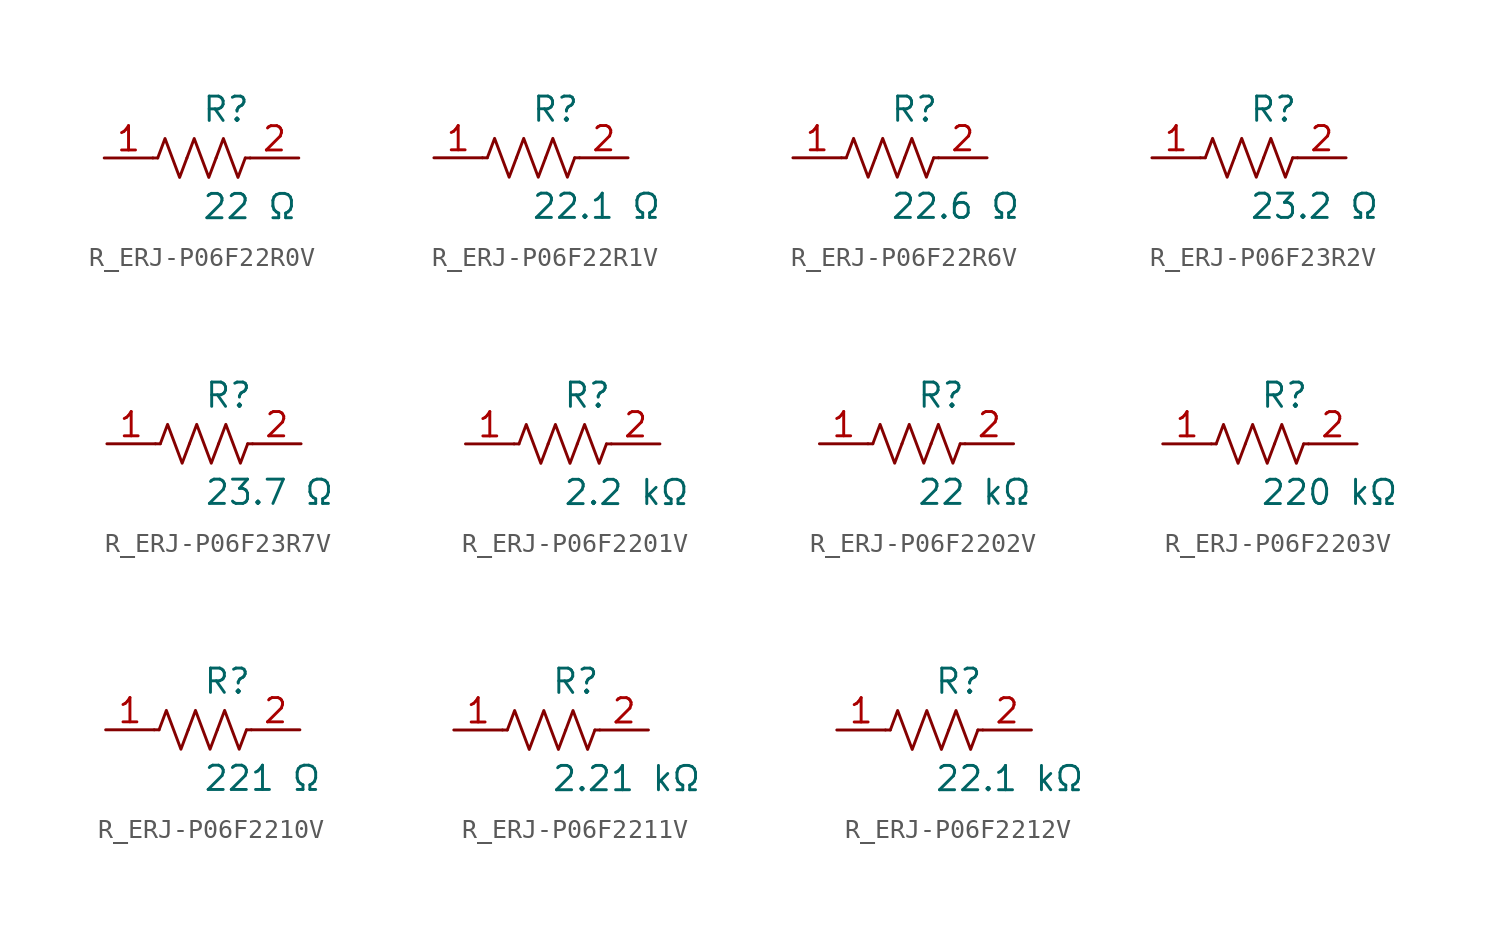
<source format=kicad_sym>
(kicad_symbol_lib
  (version 20231120)
  (generator kicad_symbol_editor)
  (generator_version 8.0)
  (symbol "R_ERJ-P06F22R0V"
    (pin_names
      (offset 0.254))
    (property "Reference" "R"
      (at 0.0 2.54 0)
      (effects (font (size 1.27 1.27)) (justify left)))
    (property "Value" "22 Ω"
      (at 0.0 -2.54 0)
      (effects (font (size 1.27 1.27)) (justify left)))
    (symbol "R_ERJ-P06F22R0V_0_1"
      (polyline (pts (xy 2.286 0) (xy 2.54 0)) (stroke (width 0) (type default)) (fill (type none)))
      (polyline (pts (xy -2.286 0) (xy -2.54 0)) (stroke (width 0) (type default)) (fill (type none)))
      (polyline (pts (xy 0.762 0) (xy 1.143 1.016) (xy 1.524 0) (xy 1.905 -1.016) (xy 2.286 0)) (stroke (width 0) (type default)) (fill (type none)))
      (polyline (pts (xy -0.762 0) (xy -0.381 1.016) (xy 0 0) (xy 0.381 -1.016) (xy 0.762 0)) (stroke (width 0) (type default)) (fill (type none)))
      (polyline (pts (xy -2.286 0) (xy -1.905 1.016) (xy -1.524 0) (xy -1.143 -1.016) (xy -0.762 0)) (stroke (width 0) (type default)) (fill (type none))))
    (pin unspecified line
      (at -5.08 0 0)
      (length 2.54)
      (name "" (effects (font (size 1.27 1.27))))
      (number "1" (effects (font (size 1.27 1.27)))))
    (pin unspecified line
      (at 5.08 0 180)
      (length 2.54)
      (name "" (effects (font (size 1.27 1.27))))
      (number "2" (effects (font (size 1.27 1.27))))))
  (symbol "R_ERJ-P06F22R1V"
    (pin_names
      (offset 0.254))
    (property "Reference" "R"
      (at 0.0 2.54 0)
      (effects (font (size 1.27 1.27)) (justify left)))
    (property "Value" "22.1 Ω"
      (at 0.0 -2.54 0)
      (effects (font (size 1.27 1.27)) (justify left)))
    (symbol "R_ERJ-P06F22R1V_0_1"
      (polyline (pts (xy 2.286 0) (xy 2.54 0)) (stroke (width 0) (type default)) (fill (type none)))
      (polyline (pts (xy -2.286 0) (xy -2.54 0)) (stroke (width 0) (type default)) (fill (type none)))
      (polyline (pts (xy 0.762 0) (xy 1.143 1.016) (xy 1.524 0) (xy 1.905 -1.016) (xy 2.286 0)) (stroke (width 0) (type default)) (fill (type none)))
      (polyline (pts (xy -0.762 0) (xy -0.381 1.016) (xy 0 0) (xy 0.381 -1.016) (xy 0.762 0)) (stroke (width 0) (type default)) (fill (type none)))
      (polyline (pts (xy -2.286 0) (xy -1.905 1.016) (xy -1.524 0) (xy -1.143 -1.016) (xy -0.762 0)) (stroke (width 0) (type default)) (fill (type none))))
    (pin unspecified line
      (at -5.08 0 0)
      (length 2.54)
      (name "" (effects (font (size 1.27 1.27))))
      (number "1" (effects (font (size 1.27 1.27)))))
    (pin unspecified line
      (at 5.08 0 180)
      (length 2.54)
      (name "" (effects (font (size 1.27 1.27))))
      (number "2" (effects (font (size 1.27 1.27))))))
  (symbol "R_ERJ-P06F22R6V"
    (pin_names
      (offset 0.254))
    (property "Reference" "R"
      (at 0.0 2.54 0)
      (effects (font (size 1.27 1.27)) (justify left)))
    (property "Value" "22.6 Ω"
      (at 0.0 -2.54 0)
      (effects (font (size 1.27 1.27)) (justify left)))
    (symbol "R_ERJ-P06F22R6V_0_1"
      (polyline (pts (xy 2.286 0) (xy 2.54 0)) (stroke (width 0) (type default)) (fill (type none)))
      (polyline (pts (xy -2.286 0) (xy -2.54 0)) (stroke (width 0) (type default)) (fill (type none)))
      (polyline (pts (xy 0.762 0) (xy 1.143 1.016) (xy 1.524 0) (xy 1.905 -1.016) (xy 2.286 0)) (stroke (width 0) (type default)) (fill (type none)))
      (polyline (pts (xy -0.762 0) (xy -0.381 1.016) (xy 0 0) (xy 0.381 -1.016) (xy 0.762 0)) (stroke (width 0) (type default)) (fill (type none)))
      (polyline (pts (xy -2.286 0) (xy -1.905 1.016) (xy -1.524 0) (xy -1.143 -1.016) (xy -0.762 0)) (stroke (width 0) (type default)) (fill (type none))))
    (pin unspecified line
      (at -5.08 0 0)
      (length 2.54)
      (name "" (effects (font (size 1.27 1.27))))
      (number "1" (effects (font (size 1.27 1.27)))))
    (pin unspecified line
      (at 5.08 0 180)
      (length 2.54)
      (name "" (effects (font (size 1.27 1.27))))
      (number "2" (effects (font (size 1.27 1.27))))))
  (symbol "R_ERJ-P06F23R2V"
    (pin_names
      (offset 0.254))
    (property "Reference" "R"
      (at 0.0 2.54 0)
      (effects (font (size 1.27 1.27)) (justify left)))
    (property "Value" "23.2 Ω"
      (at 0.0 -2.54 0)
      (effects (font (size 1.27 1.27)) (justify left)))
    (symbol "R_ERJ-P06F23R2V_0_1"
      (polyline (pts (xy 2.286 0) (xy 2.54 0)) (stroke (width 0) (type default)) (fill (type none)))
      (polyline (pts (xy -2.286 0) (xy -2.54 0)) (stroke (width 0) (type default)) (fill (type none)))
      (polyline (pts (xy 0.762 0) (xy 1.143 1.016) (xy 1.524 0) (xy 1.905 -1.016) (xy 2.286 0)) (stroke (width 0) (type default)) (fill (type none)))
      (polyline (pts (xy -0.762 0) (xy -0.381 1.016) (xy 0 0) (xy 0.381 -1.016) (xy 0.762 0)) (stroke (width 0) (type default)) (fill (type none)))
      (polyline (pts (xy -2.286 0) (xy -1.905 1.016) (xy -1.524 0) (xy -1.143 -1.016) (xy -0.762 0)) (stroke (width 0) (type default)) (fill (type none))))
    (pin unspecified line
      (at -5.08 0 0)
      (length 2.54)
      (name "" (effects (font (size 1.27 1.27))))
      (number "1" (effects (font (size 1.27 1.27)))))
    (pin unspecified line
      (at 5.08 0 180)
      (length 2.54)
      (name "" (effects (font (size 1.27 1.27))))
      (number "2" (effects (font (size 1.27 1.27))))))
  (symbol "R_ERJ-P06F23R7V"
    (pin_names
      (offset 0.254))
    (property "Reference" "R"
      (at 0.0 2.54 0)
      (effects (font (size 1.27 1.27)) (justify left)))
    (property "Value" "23.7 Ω"
      (at 0.0 -2.54 0)
      (effects (font (size 1.27 1.27)) (justify left)))
    (symbol "R_ERJ-P06F23R7V_0_1"
      (polyline (pts (xy 2.286 0) (xy 2.54 0)) (stroke (width 0) (type default)) (fill (type none)))
      (polyline (pts (xy -2.286 0) (xy -2.54 0)) (stroke (width 0) (type default)) (fill (type none)))
      (polyline (pts (xy 0.762 0) (xy 1.143 1.016) (xy 1.524 0) (xy 1.905 -1.016) (xy 2.286 0)) (stroke (width 0) (type default)) (fill (type none)))
      (polyline (pts (xy -0.762 0) (xy -0.381 1.016) (xy 0 0) (xy 0.381 -1.016) (xy 0.762 0)) (stroke (width 0) (type default)) (fill (type none)))
      (polyline (pts (xy -2.286 0) (xy -1.905 1.016) (xy -1.524 0) (xy -1.143 -1.016) (xy -0.762 0)) (stroke (width 0) (type default)) (fill (type none))))
    (pin unspecified line
      (at -5.08 0 0)
      (length 2.54)
      (name "" (effects (font (size 1.27 1.27))))
      (number "1" (effects (font (size 1.27 1.27)))))
    (pin unspecified line
      (at 5.08 0 180)
      (length 2.54)
      (name "" (effects (font (size 1.27 1.27))))
      (number "2" (effects (font (size 1.27 1.27))))))
  (symbol "R_ERJ-P06F2201V"
    (pin_names
      (offset 0.254))
    (property "Reference" "R"
      (at 0.0 2.54 0)
      (effects (font (size 1.27 1.27)) (justify left)))
    (property "Value" "2.2 kΩ"
      (at 0.0 -2.54 0)
      (effects (font (size 1.27 1.27)) (justify left)))
    (symbol "R_ERJ-P06F2201V_0_1"
      (polyline (pts (xy 2.286 0) (xy 2.54 0)) (stroke (width 0) (type default)) (fill (type none)))
      (polyline (pts (xy -2.286 0) (xy -2.54 0)) (stroke (width 0) (type default)) (fill (type none)))
      (polyline (pts (xy 0.762 0) (xy 1.143 1.016) (xy 1.524 0) (xy 1.905 -1.016) (xy 2.286 0)) (stroke (width 0) (type default)) (fill (type none)))
      (polyline (pts (xy -0.762 0) (xy -0.381 1.016) (xy 0 0) (xy 0.381 -1.016) (xy 0.762 0)) (stroke (width 0) (type default)) (fill (type none)))
      (polyline (pts (xy -2.286 0) (xy -1.905 1.016) (xy -1.524 0) (xy -1.143 -1.016) (xy -0.762 0)) (stroke (width 0) (type default)) (fill (type none))))
    (pin unspecified line
      (at -5.08 0 0)
      (length 2.54)
      (name "" (effects (font (size 1.27 1.27))))
      (number "1" (effects (font (size 1.27 1.27)))))
    (pin unspecified line
      (at 5.08 0 180)
      (length 2.54)
      (name "" (effects (font (size 1.27 1.27))))
      (number "2" (effects (font (size 1.27 1.27))))))
  (symbol "R_ERJ-P06F2202V"
    (pin_names
      (offset 0.254))
    (property "Reference" "R"
      (at 0.0 2.54 0)
      (effects (font (size 1.27 1.27)) (justify left)))
    (property "Value" "22 kΩ"
      (at 0.0 -2.54 0)
      (effects (font (size 1.27 1.27)) (justify left)))
    (symbol "R_ERJ-P06F2202V_0_1"
      (polyline (pts (xy 2.286 0) (xy 2.54 0)) (stroke (width 0) (type default)) (fill (type none)))
      (polyline (pts (xy -2.286 0) (xy -2.54 0)) (stroke (width 0) (type default)) (fill (type none)))
      (polyline (pts (xy 0.762 0) (xy 1.143 1.016) (xy 1.524 0) (xy 1.905 -1.016) (xy 2.286 0)) (stroke (width 0) (type default)) (fill (type none)))
      (polyline (pts (xy -0.762 0) (xy -0.381 1.016) (xy 0 0) (xy 0.381 -1.016) (xy 0.762 0)) (stroke (width 0) (type default)) (fill (type none)))
      (polyline (pts (xy -2.286 0) (xy -1.905 1.016) (xy -1.524 0) (xy -1.143 -1.016) (xy -0.762 0)) (stroke (width 0) (type default)) (fill (type none))))
    (pin unspecified line
      (at -5.08 0 0)
      (length 2.54)
      (name "" (effects (font (size 1.27 1.27))))
      (number "1" (effects (font (size 1.27 1.27)))))
    (pin unspecified line
      (at 5.08 0 180)
      (length 2.54)
      (name "" (effects (font (size 1.27 1.27))))
      (number "2" (effects (font (size 1.27 1.27))))))
  (symbol "R_ERJ-P06F2203V"
    (pin_names
      (offset 0.254))
    (property "Reference" "R"
      (at 0.0 2.54 0)
      (effects (font (size 1.27 1.27)) (justify left)))
    (property "Value" "220 kΩ"
      (at 0.0 -2.54 0)
      (effects (font (size 1.27 1.27)) (justify left)))
    (symbol "R_ERJ-P06F2203V_0_1"
      (polyline (pts (xy 2.286 0) (xy 2.54 0)) (stroke (width 0) (type default)) (fill (type none)))
      (polyline (pts (xy -2.286 0) (xy -2.54 0)) (stroke (width 0) (type default)) (fill (type none)))
      (polyline (pts (xy 0.762 0) (xy 1.143 1.016) (xy 1.524 0) (xy 1.905 -1.016) (xy 2.286 0)) (stroke (width 0) (type default)) (fill (type none)))
      (polyline (pts (xy -0.762 0) (xy -0.381 1.016) (xy 0 0) (xy 0.381 -1.016) (xy 0.762 0)) (stroke (width 0) (type default)) (fill (type none)))
      (polyline (pts (xy -2.286 0) (xy -1.905 1.016) (xy -1.524 0) (xy -1.143 -1.016) (xy -0.762 0)) (stroke (width 0) (type default)) (fill (type none))))
    (pin unspecified line
      (at -5.08 0 0)
      (length 2.54)
      (name "" (effects (font (size 1.27 1.27))))
      (number "1" (effects (font (size 1.27 1.27)))))
    (pin unspecified line
      (at 5.08 0 180)
      (length 2.54)
      (name "" (effects (font (size 1.27 1.27))))
      (number "2" (effects (font (size 1.27 1.27))))))
  (symbol "R_ERJ-P06F2210V"
    (pin_names
      (offset 0.254))
    (property "Reference" "R"
      (at 0.0 2.54 0)
      (effects (font (size 1.27 1.27)) (justify left)))
    (property "Value" "221 Ω"
      (at 0.0 -2.54 0)
      (effects (font (size 1.27 1.27)) (justify left)))
    (symbol "R_ERJ-P06F2210V_0_1"
      (polyline (pts (xy 2.286 0) (xy 2.54 0)) (stroke (width 0) (type default)) (fill (type none)))
      (polyline (pts (xy -2.286 0) (xy -2.54 0)) (stroke (width 0) (type default)) (fill (type none)))
      (polyline (pts (xy 0.762 0) (xy 1.143 1.016) (xy 1.524 0) (xy 1.905 -1.016) (xy 2.286 0)) (stroke (width 0) (type default)) (fill (type none)))
      (polyline (pts (xy -0.762 0) (xy -0.381 1.016) (xy 0 0) (xy 0.381 -1.016) (xy 0.762 0)) (stroke (width 0) (type default)) (fill (type none)))
      (polyline (pts (xy -2.286 0) (xy -1.905 1.016) (xy -1.524 0) (xy -1.143 -1.016) (xy -0.762 0)) (stroke (width 0) (type default)) (fill (type none))))
    (pin unspecified line
      (at -5.08 0 0)
      (length 2.54)
      (name "" (effects (font (size 1.27 1.27))))
      (number "1" (effects (font (size 1.27 1.27)))))
    (pin unspecified line
      (at 5.08 0 180)
      (length 2.54)
      (name "" (effects (font (size 1.27 1.27))))
      (number "2" (effects (font (size 1.27 1.27))))))
  (symbol "R_ERJ-P06F2211V"
    (pin_names
      (offset 0.254))
    (property "Reference" "R"
      (at 0.0 2.54 0)
      (effects (font (size 1.27 1.27)) (justify left)))
    (property "Value" "2.21 kΩ"
      (at 0.0 -2.54 0)
      (effects (font (size 1.27 1.27)) (justify left)))
    (symbol "R_ERJ-P06F2211V_0_1"
      (polyline (pts (xy 2.286 0) (xy 2.54 0)) (stroke (width 0) (type default)) (fill (type none)))
      (polyline (pts (xy -2.286 0) (xy -2.54 0)) (stroke (width 0) (type default)) (fill (type none)))
      (polyline (pts (xy 0.762 0) (xy 1.143 1.016) (xy 1.524 0) (xy 1.905 -1.016) (xy 2.286 0)) (stroke (width 0) (type default)) (fill (type none)))
      (polyline (pts (xy -0.762 0) (xy -0.381 1.016) (xy 0 0) (xy 0.381 -1.016) (xy 0.762 0)) (stroke (width 0) (type default)) (fill (type none)))
      (polyline (pts (xy -2.286 0) (xy -1.905 1.016) (xy -1.524 0) (xy -1.143 -1.016) (xy -0.762 0)) (stroke (width 0) (type default)) (fill (type none))))
    (pin unspecified line
      (at -5.08 0 0)
      (length 2.54)
      (name "" (effects (font (size 1.27 1.27))))
      (number "1" (effects (font (size 1.27 1.27)))))
    (pin unspecified line
      (at 5.08 0 180)
      (length 2.54)
      (name "" (effects (font (size 1.27 1.27))))
      (number "2" (effects (font (size 1.27 1.27))))))
  (symbol "R_ERJ-P06F2212V"
    (pin_names
      (offset 0.254))
    (property "Reference" "R"
      (at 0.0 2.54 0)
      (effects (font (size 1.27 1.27)) (justify left)))
    (property "Value" "22.1 kΩ"
      (at 0.0 -2.54 0)
      (effects (font (size 1.27 1.27)) (justify left)))
    (symbol "R_ERJ-P06F2212V_0_1"
      (polyline (pts (xy 2.286 0) (xy 2.54 0)) (stroke (width 0) (type default)) (fill (type none)))
      (polyline (pts (xy -2.286 0) (xy -2.54 0)) (stroke (width 0) (type default)) (fill (type none)))
      (polyline (pts (xy 0.762 0) (xy 1.143 1.016) (xy 1.524 0) (xy 1.905 -1.016) (xy 2.286 0)) (stroke (width 0) (type default)) (fill (type none)))
      (polyline (pts (xy -0.762 0) (xy -0.381 1.016) (xy 0 0) (xy 0.381 -1.016) (xy 0.762 0)) (stroke (width 0) (type default)) (fill (type none)))
      (polyline (pts (xy -2.286 0) (xy -1.905 1.016) (xy -1.524 0) (xy -1.143 -1.016) (xy -0.762 0)) (stroke (width 0) (type default)) (fill (type none))))
    (pin unspecified line
      (at -5.08 0 0)
      (length 2.54)
      (name "" (effects (font (size 1.27 1.27))))
      (number "1" (effects (font (size 1.27 1.27)))))
    (pin unspecified line
      (at 5.08 0 180)
      (length 2.54)
      (name "" (effects (font (size 1.27 1.27))))
      (number "2" (effects (font (size 1.27 1.27)))))))
</source>
